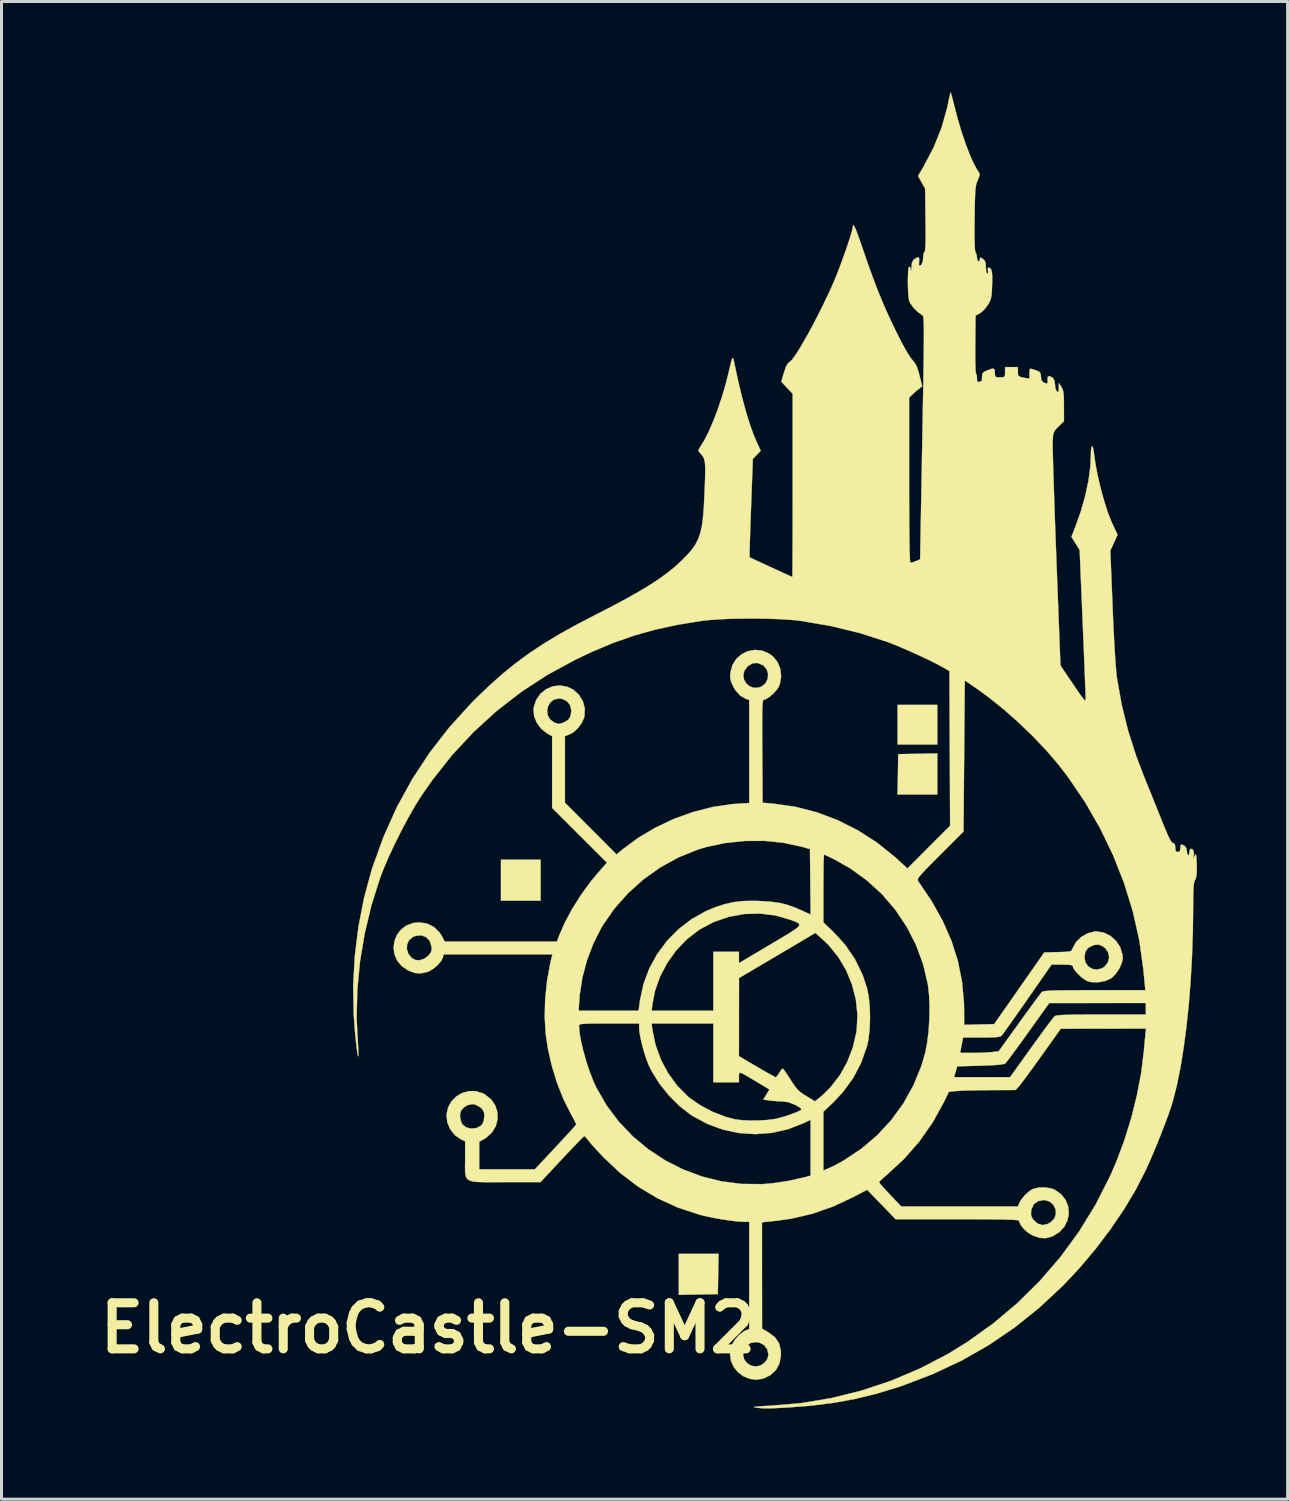
<source format=kicad_pcb>
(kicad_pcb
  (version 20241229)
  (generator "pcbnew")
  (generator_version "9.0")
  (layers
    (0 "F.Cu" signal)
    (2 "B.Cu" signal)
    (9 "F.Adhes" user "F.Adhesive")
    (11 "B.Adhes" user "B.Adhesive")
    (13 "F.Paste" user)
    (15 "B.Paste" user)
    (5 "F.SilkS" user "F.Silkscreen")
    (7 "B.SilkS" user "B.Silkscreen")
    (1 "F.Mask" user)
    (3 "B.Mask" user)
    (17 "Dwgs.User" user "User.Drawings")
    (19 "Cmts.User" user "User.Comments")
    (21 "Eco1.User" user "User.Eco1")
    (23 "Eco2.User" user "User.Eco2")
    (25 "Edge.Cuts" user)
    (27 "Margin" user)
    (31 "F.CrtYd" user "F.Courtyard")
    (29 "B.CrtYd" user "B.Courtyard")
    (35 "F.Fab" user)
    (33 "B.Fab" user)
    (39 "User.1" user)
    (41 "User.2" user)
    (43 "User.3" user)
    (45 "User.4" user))
  (footprint "ElectroCastle-SM2"
    (layer "F.Cu")
    (at 22.541 21.837)
    (property "Reference" "ElectroCastle-SM2" (at -11.43 19.05 0) (layer "F.SilkS") (effects (font (size 1.524 1.524) (thickness 0.3))))
    (attr through_hole)
    (fp_poly (pts (xy -7.705 4.911) (xy -9.017 4.911) (xy -9.017 3.556) (xy -7.705 3.556) (xy -7.705 4.911)) (stroke (width 0.01) (type solid)) (fill yes) (layer "F.SilkS"))
    (fp_poly (pts (xy 5.419 -0.254) (xy 4.106 -0.254) (xy 4.106 -1.566) (xy 5.419 -1.566) (xy 5.419 -0.254)) (stroke (width 0.01) (type solid)) (fill yes) (layer "F.SilkS"))
    (fp_poly (pts (xy -1.841 17.928) (xy -2.487 17.94) (xy -3.133 17.952) (xy -3.133 16.595) (xy -1.818 16.595) (xy -1.841 17.928)) (stroke (width 0.01) (type solid)) (fill yes) (layer "F.SilkS"))
    (fp_poly (pts (xy 5.419 1.397) (xy 4.104 1.397) (xy 4.116 0.73) (xy 4.128 0.064) (xy 5.419 0.04) (xy 5.419 1.397)) (stroke (width 0.01) (type solid)) (fill yes) (layer "F.SilkS"))
    (fp_poly (pts (xy 5.872 -21.799) (xy 5.901 -21.698) (xy 5.942 -21.546) (xy 5.986 -21.368) (xy 6.098 -20.943) (xy 6.219 -20.535) (xy 6.347 -20.155) (xy 6.475 -19.815) (xy 6.6 -19.527) (xy 6.718 -19.303) (xy 6.785 -19.201) (xy 6.818 -19.143) (xy 6.817 -19.078) (xy 6.78 -18.977) (xy 6.757 -18.926) (xy 6.729 -18.86) (xy 6.708 -18.79) (xy 6.691 -18.704) (xy 6.679 -18.591) (xy 6.67 -18.438) (xy 6.663 -18.235) (xy 6.658 -17.969) (xy 6.654 -17.658) (xy 6.65 -17.273) (xy 6.652 -16.97) (xy 6.658 -16.748) (xy 6.668 -16.606) (xy 6.683 -16.541) (xy 6.685 -16.539) (xy 6.72 -16.465) (xy 6.731 -16.377) (xy 6.745 -16.283) (xy 6.775 -16.236) (xy 6.808 -16.249) (xy 6.823 -16.299) (xy 6.839 -16.357) (xy 6.877 -16.355) (xy 6.932 -16.318) (xy 6.993 -16.257) (xy 7.021 -16.168) (xy 7.027 -16.042) (xy 7.036 -15.912) (xy 7.06 -15.841) (xy 7.074 -15.833) (xy 7.102 -15.867) (xy 7.095 -15.938) (xy 7.09 -16.024) (xy 7.128 -16.039) (xy 7.196 -15.981) (xy 7.222 -15.914) (xy 7.235 -15.782) (xy 7.236 -15.578) (xy 7.233 -15.459) (xy 7.224 -15.25) (xy 7.211 -15.102) (xy 7.189 -14.995) (xy 7.153 -14.905) (xy 7.098 -14.809) (xy 7.09 -14.796) (xy 6.993 -14.666) (xy 6.882 -14.558) (xy 6.825 -14.519) (xy 6.685 -14.445) (xy 6.676 -13.488) (xy 6.675 -13.213) (xy 6.677 -12.97) (xy 6.681 -12.768) (xy 6.687 -12.622) (xy 6.694 -12.542) (xy 6.699 -12.531) (xy 6.72 -12.493) (xy 6.731 -12.401) (xy 6.731 -12.378) (xy 6.738 -12.278) (xy 6.766 -12.245) (xy 6.798 -12.251) (xy 6.865 -12.273) (xy 6.883 -12.277) (xy 6.894 -12.314) (xy 6.9 -12.405) (xy 6.9 -12.42) (xy 6.91 -12.515) (xy 6.953 -12.574) (xy 7.051 -12.624) (xy 7.071 -12.632) (xy 7.206 -12.682) (xy 7.282 -12.691) (xy 7.316 -12.654) (xy 7.324 -12.566) (xy 7.324 -12.552) (xy 7.329 -12.457) (xy 7.36 -12.415) (xy 7.443 -12.404) (xy 7.493 -12.404) (xy 7.601 -12.408) (xy 7.65 -12.436) (xy 7.662 -12.514) (xy 7.662 -12.573) (xy 7.662 -12.742) (xy 8.086 -12.742) (xy 8.086 -12.597) (xy 8.09 -12.497) (xy 8.118 -12.441) (xy 8.191 -12.41) (xy 8.308 -12.386) (xy 8.467 -12.357) (xy 8.467 -12.532) (xy 8.471 -12.641) (xy 8.492 -12.684) (xy 8.542 -12.682) (xy 8.562 -12.676) (xy 8.711 -12.626) (xy 8.797 -12.584) (xy 8.836 -12.534) (xy 8.847 -12.46) (xy 8.848 -12.427) (xy 8.869 -12.3) (xy 8.93 -12.236) (xy 9.026 -12.196) (xy 9.069 -12.219) (xy 9.07 -12.309) (xy 9.068 -12.319) (xy 9.073 -12.417) (xy 9.124 -12.445) (xy 9.219 -12.402) (xy 9.239 -12.387) (xy 9.298 -12.29) (xy 9.313 -12.161) (xy 9.33 -12.03) (xy 9.371 -11.943) (xy 9.377 -11.938) (xy 9.418 -11.915) (xy 9.436 -11.948) (xy 9.441 -12.049) (xy 9.441 -12.213) (xy 9.525 -12.086) (xy 9.562 -12.019) (xy 9.586 -11.938) (xy 9.601 -11.825) (xy 9.608 -11.663) (xy 9.609 -11.457) (xy 9.61 -10.954) (xy 9.432 -10.779) (xy 9.337 -10.682) (xy 9.283 -10.601) (xy 9.254 -10.507) (xy 9.241 -10.369) (xy 9.237 -10.306) (xy 9.236 -10.219) (xy 9.238 -10.053) (xy 9.243 -9.817) (xy 9.251 -9.517) (xy 9.262 -9.159) (xy 9.275 -8.752) (xy 9.29 -8.301) (xy 9.307 -7.813) (xy 9.325 -7.296) (xy 9.345 -6.756) (xy 9.357 -6.438) (xy 9.494 -2.868) (xy 9.912 -2.252) (xy 10.061 -2.032) (xy 10.17 -1.875) (xy 10.245 -1.775) (xy 10.291 -1.723) (xy 10.316 -1.714) (xy 10.326 -1.74) (xy 10.328 -1.795) (xy 10.328 -1.802) (xy 10.326 -1.875) (xy 10.321 -2.024) (xy 10.312 -2.241) (xy 10.302 -2.518) (xy 10.289 -2.846) (xy 10.274 -3.217) (xy 10.257 -3.623) (xy 10.239 -4.055) (xy 10.228 -4.33) (xy 10.129 -6.691) (xy 9.858 -7.127) (xy 9.983 -7.448) (xy 10.166 -7.963) (xy 10.313 -8.479) (xy 10.42 -8.98) (xy 10.483 -9.445) (xy 10.499 -9.781) (xy 10.504 -9.967) (xy 10.519 -10.084) (xy 10.541 -10.129) (xy 10.565 -10.097) (xy 10.59 -9.986) (xy 10.602 -9.895) (xy 10.653 -9.535) (xy 10.729 -9.143) (xy 10.823 -8.739) (xy 10.931 -8.345) (xy 11.045 -7.982) (xy 11.162 -7.672) (xy 11.218 -7.546) (xy 11.383 -7.197) (xy 11.264 -6.932) (xy 11.144 -6.668) (xy 11.22 -4.784) (xy 11.24 -4.302) (xy 11.262 -3.853) (xy 11.285 -3.446) (xy 11.307 -3.09) (xy 11.329 -2.794) (xy 11.35 -2.566) (xy 11.366 -2.434) (xy 11.522 -1.564) (xy 11.728 -0.729) (xy 11.991 0.1) (xy 12.259 0.804) (xy 12.383 1.111) (xy 12.522 1.453) (xy 12.662 1.8) (xy 12.79 2.12) (xy 12.861 2.296) (xy 12.971 2.565) (xy 13.056 2.762) (xy 13.122 2.895) (xy 13.172 2.973) (xy 13.21 3.004) (xy 13.219 3.005) (xy 13.271 3.028) (xy 13.291 3.107) (xy 13.293 3.154) (xy 13.302 3.256) (xy 13.339 3.297) (xy 13.377 3.302) (xy 13.439 3.282) (xy 13.461 3.208) (xy 13.462 3.175) (xy 13.469 3.078) (xy 13.502 3.053) (xy 13.583 3.087) (xy 13.592 3.092) (xy 13.66 3.173) (xy 13.674 3.259) (xy 13.687 3.356) (xy 13.716 3.408) (xy 13.748 3.393) (xy 13.758 3.328) (xy 13.772 3.239) (xy 13.796 3.199) (xy 13.851 3.202) (xy 13.895 3.264) (xy 13.912 3.36) (xy 13.907 3.414) (xy 13.883 3.535) (xy 13.937 3.429) (xy 13.962 3.388) (xy 13.979 3.392) (xy 13.99 3.45) (xy 13.998 3.574) (xy 14.003 3.72) (xy 14.006 3.931) (xy 13.996 4.076) (xy 13.973 4.173) (xy 13.95 4.216) (xy 13.926 4.268) (xy 13.909 4.349) (xy 13.897 4.47) (xy 13.889 4.643) (xy 13.886 4.88) (xy 13.885 5.089) (xy 13.875 5.921) (xy 13.847 6.744) (xy 13.802 7.549) (xy 13.741 8.328) (xy 13.664 9.071) (xy 13.572 9.769) (xy 13.468 10.414) (xy 13.351 10.997) (xy 13.222 11.509) (xy 13.157 11.726) (xy 13.074 11.968) (xy 12.964 12.266) (xy 12.835 12.6) (xy 12.695 12.949) (xy 12.552 13.292) (xy 12.415 13.61) (xy 12.309 13.843) (xy 11.986 14.473) (xy 11.596 15.124) (xy 11.151 15.78) (xy 10.662 16.427) (xy 10.139 17.049) (xy 9.594 17.631) (xy 9.569 17.656) (xy 8.788 18.384) (xy 7.973 19.037) (xy 7.119 19.617) (xy 6.221 20.129) (xy 5.273 20.574) (xy 4.27 20.957) (xy 4.149 20.998) (xy 3.421 21.22) (xy 2.709 21.395) (xy 1.987 21.527) (xy 1.231 21.621) (xy 0.55 21.674) (xy 0.245 21.692) (xy 0.009 21.703) (xy -0.174 21.708) (xy -0.318 21.707) (xy -0.439 21.7) (xy -0.552 21.687) (xy -0.614 21.678) (xy -0.644 21.666) (xy -0.592 21.654) (xy -0.459 21.641) (xy -0.248 21.629) (xy -0.106 21.622) (xy 0.912 21.536) (xy 1.924 21.367) (xy 2.921 21.119) (xy 3.896 20.793) (xy 4.842 20.392) (xy 5.752 19.919) (xy 6.409 19.515) (xy 7.27 18.899) (xy 8.072 18.223) (xy 8.814 17.489) (xy 9.494 16.701) (xy 10.107 15.862) (xy 10.653 14.974) (xy 11.128 14.041) (xy 11.346 13.542) (xy 11.61 12.835) (xy 11.839 12.092) (xy 12.026 11.339) (xy 12.167 10.598) (xy 12.253 9.894) (xy 12.254 9.885) (xy 12.271 9.692) (xy 12.289 9.495) (xy 12.302 9.366) (xy 12.325 9.144) (xy 10.914 9.146) (xy 9.504 9.148) (xy 8.869 10.04) (xy 8.691 10.288) (xy 8.523 10.52) (xy 8.374 10.723) (xy 8.251 10.888) (xy 8.163 11.004) (xy 8.122 11.053) (xy 8.009 11.176) (xy 7.127 11.18) (xy 6.846 11.183) (xy 6.579 11.188) (xy 6.344 11.194) (xy 6.157 11.202) (xy 6.035 11.211) (xy 6.023 11.212) (xy 5.801 11.239) (xy 5.637 11.578) (xy 5.265 12.252) (xy 4.822 12.883) (xy 4.315 13.462) (xy 3.768 13.967) (xy 3.642 14.075) (xy 3.547 14.163) (xy 3.497 14.217) (xy 3.493 14.226) (xy 3.52 14.266) (xy 3.595 14.355) (xy 3.707 14.479) (xy 3.844 14.626) (xy 3.859 14.642) (xy 4.226 15.028) (xy 8.088 15.028) (xy 8.126 14.927) (xy 8.204 14.791) (xy 8.327 14.646) (xy 8.466 14.521) (xy 8.581 14.451) (xy 8.777 14.403) (xy 9 14.398) (xy 9.211 14.437) (xy 9.304 14.474) (xy 9.518 14.624) (xy 9.666 14.815) (xy 9.75 15.031) (xy 9.771 15.259) (xy 9.729 15.485) (xy 9.625 15.695) (xy 9.46 15.876) (xy 9.235 16.014) (xy 9.219 16.021) (xy 9.012 16.078) (xy 8.806 16.068) (xy 8.578 15.99) (xy 8.566 15.984) (xy 8.42 15.895) (xy 8.285 15.775) (xy 8.183 15.648) (xy 8.131 15.533) (xy 8.128 15.505) (xy 8.112 15.493) (xy 8.061 15.482) (xy 7.968 15.473) (xy 7.827 15.466) (xy 7.633 15.461) (xy 7.379 15.457) (xy 7.06 15.454) (xy 6.669 15.453) (xy 6.202 15.452) (xy 6.085 15.452) (xy 4.043 15.453) (xy 3.909 15.315) (xy 8.521 15.315) (xy 8.565 15.423) (xy 8.595 15.466) (xy 8.74 15.597) (xy 8.899 15.645) (xy 9.069 15.609) (xy 9.184 15.542) (xy 9.297 15.416) (xy 9.344 15.267) (xy 9.33 15.114) (xy 9.261 14.976) (xy 9.144 14.872) (xy 8.985 14.819) (xy 8.937 14.817) (xy 8.751 14.853) (xy 8.614 14.955) (xy 8.535 15.117) (xy 8.524 15.177) (xy 8.521 15.315) (xy 3.909 15.315) (xy 3.571 14.965) (xy 3.098 14.476) (xy 2.66 14.708) (xy 1.978 15.028) (xy 1.294 15.268) (xy 0.594 15.432) (xy 0.095 15.502) (xy -0.381 15.552) (xy -0.38 17.312) (xy -0.378 19.071) (xy -0.16 19.198) (xy 0.048 19.357) (xy 0.181 19.549) (xy 0.242 19.784) (xy 0.245 19.966) (xy 0.198 20.224) (xy 0.086 20.433) (xy -0.096 20.604) (xy -0.111 20.614) (xy -0.335 20.724) (xy -0.565 20.76) (xy -0.788 20.732) (xy -0.995 20.647) (xy -1.174 20.514) (xy -1.315 20.342) (xy -1.406 20.14) (xy -1.435 19.936) (xy -1.006 19.936) (xy -0.97 20.086) (xy -0.881 20.207) (xy -0.755 20.289) (xy -0.606 20.323) (xy -0.45 20.299) (xy -0.303 20.206) (xy -0.293 20.196) (xy -0.2 20.072) (xy -0.17 19.935) (xy -0.169 19.918) (xy -0.208 19.75) (xy -0.311 19.616) (xy -0.462 19.533) (xy -0.58 19.516) (xy -0.766 19.548) (xy -0.901 19.646) (xy -0.973 19.767) (xy -1.006 19.936) (xy -1.435 19.936) (xy -1.438 19.915) (xy -1.399 19.677) (xy -1.374 19.61) (xy -1.272 19.434) (xy -1.129 19.273) (xy -0.973 19.155) (xy -0.926 19.132) (xy -0.804 19.082) (xy -0.804 15.536) (xy -0.984 15.536) (xy -1.18 15.525) (xy -1.432 15.496) (xy -1.717 15.453) (xy -2.009 15.401) (xy -2.283 15.342) (xy -2.452 15.3) (xy -3.17 15.063) (xy -3.846 14.753) (xy -4.483 14.37) (xy -5.083 13.911) (xy -5.612 13.414) (xy -5.769 13.248) (xy -5.916 13.089) (xy -6.036 12.954) (xy -6.113 12.86) (xy -6.114 12.859) (xy -6.19 12.765) (xy -6.246 12.708) (xy -6.26 12.7) (xy -6.295 12.73) (xy -6.379 12.813) (xy -6.505 12.942) (xy -6.664 13.108) (xy -6.848 13.302) (xy -6.998 13.462) (xy -7.709 14.224) (xy -8.89 14.224) (xy -9.259 14.225) (xy -9.552 14.225) (xy -9.777 14.219) (xy -9.944 14.202) (xy -10.062 14.168) (xy -10.138 14.113) (xy -10.181 14.031) (xy -10.201 13.918) (xy -10.205 13.768) (xy -10.203 13.576) (xy -10.202 13.455) (xy -10.202 12.873) (xy -10.352 12.802) (xy -10.539 12.671) (xy -10.691 12.482) (xy -10.788 12.26) (xy -10.795 12.233) (xy -10.812 12.037) (xy -10.371 12.037) (xy -10.35 12.185) (xy -10.3 12.303) (xy -10.296 12.31) (xy -10.17 12.41) (xy -10.009 12.452) (xy -9.841 12.438) (xy -9.693 12.366) (xy -9.641 12.315) (xy -9.587 12.197) (xy -9.567 12.043) (xy -9.579 11.91) (xy -9.629 11.817) (xy -9.698 11.751) (xy -9.857 11.661) (xy -9.97 11.642) (xy -10.134 11.681) (xy -10.241 11.751) (xy -10.33 11.844) (xy -10.366 11.946) (xy -10.371 12.037) (xy -10.812 12.037) (xy -10.817 11.983) (xy -10.767 11.754) (xy -10.656 11.553) (xy -10.497 11.391) (xy -10.301 11.274) (xy -10.08 11.213) (xy -9.845 11.214) (xy -9.609 11.288) (xy -9.547 11.321) (xy -9.343 11.484) (xy -9.205 11.685) (xy -9.134 11.909) (xy -9.128 12.143) (xy -9.188 12.371) (xy -9.313 12.58) (xy -9.503 12.754) (xy -9.569 12.795) (xy -9.736 12.89) (xy -9.736 13.346) (xy -9.737 13.801) (xy -8.816 13.8) (xy -7.895 13.8) (xy -7.218 13.075) (xy -7.026 12.869) (xy -6.854 12.683) (xy -6.71 12.526) (xy -6.603 12.408) (xy -6.541 12.336) (xy -6.529 12.32) (xy -6.543 12.273) (xy -6.592 12.171) (xy -6.666 12.032) (xy -6.709 11.956) (xy -6.95 11.476) (xy -7.162 10.939) (xy -7.337 10.368) (xy -7.468 9.787) (xy -7.537 9.317) (xy -7.553 9.049) (xy -6.434 9.049) (xy -6.417 9.277) (xy -6.367 9.561) (xy -6.292 9.881) (xy -6.197 10.217) (xy -6.088 10.55) (xy -5.969 10.859) (xy -5.861 11.098) (xy -5.521 11.686) (xy -5.117 12.225) (xy -4.655 12.709) (xy -4.143 13.136) (xy -3.586 13.502) (xy -2.992 13.803) (xy -2.368 14.037) (xy -1.719 14.198) (xy -1.053 14.283) (xy -0.376 14.29) (xy -0.051 14.264) (xy 0.481 14.186) (xy 1.02 14.065) (xy 1.069 14.052) (xy 1.228 14.009) (xy 1.228 12.162) (xy 0.984 12.278) (xy 0.472 12.476) (xy -0.06 12.595) (xy -0.602 12.636) (xy -1.145 12.599) (xy -1.679 12.485) (xy -2.196 12.294) (xy -2.687 12.028) (xy -2.738 11.995) (xy -3.11 11.707) (xy -3.461 11.356) (xy -3.774 10.964) (xy -4.031 10.552) (xy -4.131 10.347) (xy -4.204 10.162) (xy -4.276 9.937) (xy -4.343 9.697) (xy -4.397 9.466) (xy -4.433 9.268) (xy -4.445 9.139) (xy -4.445 8.975) (xy -4.033 8.975) (xy -4.004 9.197) (xy -3.9 9.692) (xy -3.725 10.172) (xy -3.485 10.622) (xy -3.189 11.029) (xy -2.844 11.378) (xy -2.781 11.431) (xy -2.417 11.684) (xy -2.008 11.9) (xy -1.583 12.064) (xy -1.267 12.146) (xy -1.05 12.174) (xy -0.78 12.186) (xy -0.489 12.184) (xy -0.208 12.167) (xy 0.032 12.136) (xy 0.097 12.123) (xy 0.274 12.078) (xy 0.459 12.021) (xy 0.635 11.96) (xy 0.785 11.901) (xy 0.889 11.85) (xy 0.931 11.815) (xy 0.931 11.813) (xy 0.897 11.778) (xy 0.809 11.718) (xy 0.725 11.67) (xy 0.498 11.579) (xy 0.291 11.553) (xy 0.111 11.545) (xy -0.074 11.529) (xy -0.137 11.522) (xy -0.338 11.493) (xy -0.237 11.326) (xy -0.135 11.158) (xy -0.586 10.887) (xy -0.799 10.759) (xy -0.949 10.671) (xy -1.048 10.62) (xy -1.106 10.604) (xy -1.134 10.62) (xy -1.143 10.665) (xy -1.143 10.737) (xy -1.143 10.748) (xy -1.143 10.922) (xy -1.99 10.922) (xy -1.99 10.056) (xy -1.143 10.056) (xy -0.552 10.404) (xy -0.35 10.522) (xy -0.174 10.622) (xy -0.035 10.699) (xy 0.053 10.744) (xy 0.076 10.753) (xy 0.118 10.719) (xy 0.176 10.635) (xy 0.194 10.604) (xy 0.252 10.513) (xy 0.299 10.468) (xy 0.308 10.467) (xy 0.344 10.506) (xy 0.412 10.601) (xy 0.502 10.737) (xy 0.566 10.838) (xy 0.681 11.015) (xy 0.778 11.141) (xy 0.878 11.237) (xy 1.004 11.326) (xy 1.081 11.374) (xy 1.372 11.55) (xy 1.529 11.426) (xy 1.639 11.33) (xy 1.775 11.198) (xy 1.902 11.066) (xy 2.198 10.683) (xy 2.441 10.245) (xy 2.625 9.767) (xy 2.741 9.268) (xy 2.752 9.187) (xy 2.778 8.689) (xy 2.725 8.186) (xy 2.599 7.691) (xy 2.405 7.218) (xy 2.147 6.78) (xy 1.83 6.389) (xy 1.666 6.23) (xy 1.386 5.977) (xy 1.019 6.195) (xy 0.874 6.281) (xy 0.673 6.4) (xy 0.431 6.543) (xy 0.164 6.701) (xy -0.111 6.864) (xy -0.245 6.943) (xy -1.141 7.472) (xy -1.142 8.764) (xy -1.143 10.056) (xy -1.99 10.056) (xy -1.99 8.975) (xy -4.033 8.975) (xy -4.445 8.975) (xy -5.44 8.975) (xy -5.756 8.975) (xy -5.997 8.977) (xy -6.174 8.981) (xy -6.295 8.987) (xy -6.372 8.997) (xy -6.415 9.012) (xy -6.432 9.031) (xy -6.434 9.049) (xy -7.553 9.049) (xy -7.57 8.76) (xy -7.564 8.551) (xy -6.447 8.551) (xy -4.464 8.551) (xy -4.031 8.551) (xy -1.99 8.551) (xy -1.99 6.604) (xy -1.143 6.604) (xy -1.143 6.979) (xy -0.101 6.36) (xy 0.212 6.174) (xy 0.458 6.027) (xy 0.641 5.912) (xy 0.766 5.825) (xy 0.837 5.758) (xy 0.859 5.707) (xy 0.837 5.666) (xy 0.775 5.628) (xy 0.677 5.588) (xy 0.553 5.542) (xy 0.058 5.4) (xy -0.453 5.338) (xy -0.967 5.353) (xy -1.475 5.445) (xy -1.964 5.612) (xy -2.423 5.853) (xy -2.47 5.883) (xy -2.867 6.19) (xy -3.218 6.557) (xy -3.516 6.972) (xy -3.753 7.422) (xy -3.92 7.893) (xy -4.001 8.308) (xy -4.031 8.551) (xy -4.464 8.551) (xy -4.416 8.202) (xy -4.301 7.667) (xy -4.11 7.156) (xy -3.848 6.678) (xy -3.523 6.241) (xy -3.14 5.853) (xy -2.706 5.521) (xy -2.227 5.253) (xy -1.924 5.127) (xy -1.604 5.024) (xy -1.302 4.957) (xy -0.989 4.923) (xy -0.636 4.917) (xy -0.439 4.923) (xy -0.09 4.946) (xy 0.203 4.987) (xy 0.467 5.052) (xy 0.731 5.147) (xy 0.921 5.23) (xy 1.229 5.371) (xy 1.22 4.509) (xy 1.651 4.509) (xy 1.651 5.631) (xy 1.974 5.937) (xy 2.37 6.37) (xy 2.696 6.848) (xy 2.948 7.365) (xy 3.096 7.811) (xy 3.152 8.099) (xy 3.185 8.44) (xy 3.194 8.804) (xy 3.18 9.166) (xy 3.143 9.496) (xy 3.097 9.716) (xy 2.904 10.265) (xy 2.637 10.777) (xy 2.296 11.247) (xy 1.974 11.589) (xy 1.651 11.895) (xy 1.651 13.84) (xy 1.844 13.757) (xy 1.978 13.694) (xy 2.149 13.605) (xy 2.321 13.509) (xy 2.33 13.503) (xy 2.91 13.117) (xy 3.434 12.671) (xy 3.898 12.169) (xy 4.298 11.618) (xy 4.629 11.023) (xy 4.74 10.753) (xy 5.974 10.753) (xy 7.826 10.753) (xy 8.532 9.768) (xy 8.717 9.513) (xy 8.888 9.278) (xy 9.039 9.073) (xy 9.163 8.908) (xy 9.252 8.792) (xy 9.301 8.735) (xy 9.305 8.731) (xy 9.346 8.716) (xy 9.43 8.704) (xy 9.564 8.694) (xy 9.756 8.687) (xy 10.01 8.682) (xy 10.335 8.68) (xy 10.736 8.678) (xy 10.845 8.678) (xy 12.319 8.678) (xy 12.319 8.297) (xy 10.721 8.298) (xy 9.123 8.3) (xy 8.424 9.276) (xy 8.241 9.53) (xy 8.072 9.764) (xy 7.923 9.966) (xy 7.802 10.129) (xy 7.715 10.243) (xy 7.669 10.298) (xy 7.667 10.301) (xy 7.598 10.322) (xy 7.45 10.341) (xy 7.226 10.357) (xy 6.932 10.369) (xy 6.843 10.372) (xy 6.078 10.393) (xy 6.026 10.573) (xy 5.974 10.753) (xy 4.74 10.753) (xy 4.888 10.39) (xy 5.019 9.948) (xy 5.084 9.617) (xy 5.131 9.231) (xy 5.157 8.817) (xy 5.163 8.402) (xy 5.146 8.014) (xy 5.107 7.68) (xy 5.106 7.674) (xy 4.948 7.008) (xy 4.713 6.372) (xy 4.406 5.772) (xy 4.031 5.213) (xy 3.592 4.701) (xy 3.094 4.243) (xy 3.079 4.232) (xy 4.771 4.232) (xy 4.783 4.261) (xy 4.787 4.267) (xy 5.237 4.932) (xy 5.604 5.592) (xy 5.893 6.253) (xy 6.103 6.92) (xy 6.239 7.601) (xy 6.302 8.302) (xy 6.307 8.563) (xy 6.308 9.02) (xy 6.804 9.008) (xy 7.301 8.996) (xy 8.129 7.811) (xy 8.846 6.786) (xy 10.287 6.786) (xy 10.323 6.959) (xy 10.418 7.09) (xy 10.554 7.171) (xy 10.712 7.192) (xy 10.874 7.147) (xy 10.956 7.091) (xy 11.066 6.95) (xy 11.105 6.789) (xy 11.076 6.627) (xy 10.981 6.486) (xy 10.876 6.412) (xy 10.764 6.367) (xy 10.658 6.369) (xy 10.578 6.389) (xy 10.414 6.471) (xy 10.318 6.603) (xy 10.287 6.786) (xy 8.846 6.786) (xy 8.958 6.625) (xy 9.407 6.613) (xy 9.606 6.607) (xy 9.737 6.599) (xy 9.817 6.585) (xy 9.86 6.559) (xy 9.884 6.519) (xy 9.897 6.486) (xy 10.009 6.283) (xy 10.182 6.113) (xy 10.395 5.991) (xy 10.625 5.932) (xy 10.689 5.929) (xy 10.931 5.968) (xy 11.152 6.079) (xy 11.337 6.246) (xy 11.473 6.456) (xy 11.547 6.696) (xy 11.557 6.818) (xy 11.527 6.969) (xy 11.448 7.144) (xy 11.338 7.314) (xy 11.213 7.448) (xy 11.168 7.482) (xy 10.97 7.571) (xy 10.736 7.614) (xy 10.503 7.605) (xy 10.401 7.58) (xy 10.296 7.525) (xy 10.174 7.431) (xy 10.056 7.318) (xy 9.961 7.206) (xy 9.91 7.114) (xy 9.906 7.092) (xy 9.891 7.059) (xy 9.837 7.04) (xy 9.727 7.03) (xy 9.552 7.027) (xy 9.199 7.027) (xy 8.399 8.178) (xy 8.205 8.456) (xy 8.024 8.713) (xy 7.864 8.941) (xy 7.729 9.131) (xy 7.626 9.274) (xy 7.562 9.361) (xy 7.543 9.384) (xy 7.492 9.409) (xy 7.39 9.425) (xy 7.227 9.435) (xy 6.993 9.44) (xy 6.88 9.44) (xy 6.272 9.44) (xy 6.248 9.567) (xy 6.22 9.71) (xy 6.198 9.821) (xy 6.174 9.948) (xy 6.59 9.948) (xy 6.8 9.945) (xy 7.007 9.937) (xy 7.177 9.926) (xy 7.229 9.921) (xy 7.451 9.894) (xy 8.135 8.944) (xy 8.316 8.692) (xy 8.484 8.462) (xy 8.631 8.261) (xy 8.75 8.1) (xy 8.835 7.988) (xy 8.877 7.935) (xy 8.879 7.934) (xy 8.906 7.918) (xy 8.961 7.906) (xy 9.049 7.896) (xy 9.179 7.888) (xy 9.359 7.882) (xy 9.594 7.878) (xy 9.893 7.876) (xy 10.264 7.874) (xy 10.621 7.874) (xy 12.304 7.874) (xy 12.292 7.758) (xy 12.283 7.669) (xy 12.269 7.519) (xy 12.25 7.329) (xy 12.233 7.154) (xy 12.101 6.213) (xy 11.889 5.27) (xy 11.6 4.333) (xy 11.237 3.411) (xy 10.804 2.513) (xy 10.305 1.646) (xy 9.743 0.819) (xy 9.439 0.423) (xy 9.046 -0.038) (xy 8.598 -0.511) (xy 8.114 -0.978) (xy 7.613 -1.421) (xy 7.115 -1.821) (xy 6.71 -2.115) (xy 6.329 -2.374) (xy 6.308 0.125) (xy 6.287 2.624) (xy 5.507 3.404) (xy 5.27 3.642) (xy 5.088 3.827) (xy 4.954 3.967) (xy 4.861 4.071) (xy 4.804 4.145) (xy 4.776 4.196) (xy 4.771 4.232) (xy 3.079 4.232) (xy 2.541 3.844) (xy 2.043 3.562) (xy 1.888 3.485) (xy 1.764 3.425) (xy 1.688 3.391) (xy 1.673 3.387) (xy 1.667 3.427) (xy 1.662 3.541) (xy 1.657 3.718) (xy 1.654 3.947) (xy 1.652 4.216) (xy 1.651 4.509) (xy 1.22 4.509) (xy 1.218 4.288) (xy 1.206 3.204) (xy 0.931 3.126) (xy 0.334 2.997) (xy -0.298 2.933) (xy -0.946 2.936) (xy -1.59 3.003) (xy -2.214 3.134) (xy -2.514 3.225) (xy -3.144 3.479) (xy -3.741 3.808) (xy -4.299 4.204) (xy -4.808 4.66) (xy -5.26 5.169) (xy -5.647 5.725) (xy -5.704 5.822) (xy -5.961 6.331) (xy -6.169 6.882) (xy -6.321 7.45) (xy -6.409 8.008) (xy -6.42 8.139) (xy -6.447 8.551) (xy -7.564 8.551) (xy -7.554 8.165) (xy -7.491 7.559) (xy -7.384 6.973) (xy -7.344 6.805) (xy -7.314 6.689) (xy -10.913 6.689) (xy -10.94 6.796) (xy -11.003 6.919) (xy -11.119 7.052) (xy -11.265 7.172) (xy -11.416 7.257) (xy -11.457 7.272) (xy -11.67 7.317) (xy -11.856 7.307) (xy -12.051 7.237) (xy -12.091 7.218) (xy -12.305 7.072) (xy -12.454 6.889) (xy -12.541 6.682) (xy -12.562 6.52) (xy -12.129 6.52) (xy -12.078 6.674) (xy -11.973 6.802) (xy -11.853 6.872) (xy -11.714 6.885) (xy -11.56 6.836) (xy -11.423 6.734) (xy -11.415 6.725) (xy -11.336 6.624) (xy -11.309 6.529) (xy -11.317 6.418) (xy -11.376 6.241) (xy -11.49 6.119) (xy -11.644 6.06) (xy -11.822 6.071) (xy -11.934 6.115) (xy -12.059 6.221) (xy -12.123 6.363) (xy -12.129 6.52) (xy -12.562 6.52) (xy -12.569 6.464) (xy -12.54 6.247) (xy -12.458 6.044) (xy -12.326 5.869) (xy -12.146 5.733) (xy -11.921 5.65) (xy -11.726 5.63) (xy -11.461 5.669) (xy -11.231 5.784) (xy -11.045 5.969) (xy -10.959 6.107) (xy -10.878 6.265) (xy -9.022 6.265) (xy -7.166 6.265) (xy -7.09 6.064) (xy -6.902 5.632) (xy -6.657 5.177) (xy -6.368 4.72) (xy -6.05 4.283) (xy -5.828 4.015) (xy -5.511 3.653) (xy -6.417 2.748) (xy -7.324 1.842) (xy -7.324 0.657) (xy -7.324 -0.529) (xy -7.491 -0.624) (xy -7.686 -0.777) (xy -7.833 -0.975) (xy -7.921 -1.199) (xy -7.936 -1.37) (xy -7.489 -1.37) (xy -7.468 -1.219) (xy -7.392 -1.085) (xy -7.26 -0.987) (xy -7.239 -0.978) (xy -7.142 -0.944) (xy -7.071 -0.94) (xy -6.983 -0.967) (xy -6.924 -0.991) (xy -6.788 -1.075) (xy -6.713 -1.197) (xy -6.689 -1.374) (xy -6.689 -1.39) (xy -6.727 -1.555) (xy -6.831 -1.685) (xy -6.983 -1.763) (xy -7.097 -1.778) (xy -7.26 -1.743) (xy -7.382 -1.651) (xy -7.459 -1.521) (xy -7.489 -1.37) (xy -7.936 -1.37) (xy -7.94 -1.427) (xy -7.932 -1.487) (xy -7.849 -1.736) (xy -7.706 -1.938) (xy -7.518 -2.089) (xy -7.298 -2.181) (xy -7.061 -2.209) (xy -6.82 -2.165) (xy -6.635 -2.077) (xy -6.442 -1.907) (xy -6.309 -1.693) (xy -6.243 -1.451) (xy -6.252 -1.2) (xy -6.264 -1.147) (xy -6.343 -0.969) (xy -6.471 -0.797) (xy -6.626 -0.657) (xy -6.756 -0.586) (xy -6.9 -0.533) (xy -6.9 1.671) (xy -5.192 3.382) (xy -4.998 3.22) (xy -4.478 2.834) (xy -3.903 2.493) (xy -3.288 2.204) (xy -2.65 1.974) (xy -2.005 1.81) (xy -1.37 1.717) (xy -1.238 1.707) (xy -0.804 1.681) (xy -0.804 -1.73) (xy -0.899 -1.76) (xy -1.092 -1.865) (xy -1.257 -2.046) (xy -1.34 -2.191) (xy -1.406 -2.342) (xy -1.432 -2.467) (xy -1.43 -2.549) (xy -0.999 -2.549) (xy -0.975 -2.402) (xy -0.901 -2.274) (xy -0.786 -2.178) (xy -0.641 -2.129) (xy -0.477 -2.142) (xy -0.385 -2.178) (xy -0.261 -2.284) (xy -0.192 -2.43) (xy -0.179 -2.591) (xy -0.225 -2.744) (xy -0.328 -2.865) (xy -0.352 -2.881) (xy -0.527 -2.953) (xy -0.687 -2.944) (xy -0.842 -2.852) (xy -0.856 -2.841) (xy -0.963 -2.7) (xy -0.999 -2.549) (xy -1.43 -2.549) (xy -1.428 -2.609) (xy -1.425 -2.637) (xy -1.358 -2.885) (xy -1.229 -3.089) (xy -1.054 -3.244) (xy -0.844 -3.344) (xy -0.615 -3.385) (xy -0.379 -3.361) (xy -0.151 -3.267) (xy -0.006 -3.159) (xy 0.141 -2.972) (xy 0.229 -2.743) (xy 0.253 -2.497) (xy 0.21 -2.255) (xy 0.168 -2.157) (xy 0.089 -2.042) (xy -0.024 -1.924) (xy -0.148 -1.821) (xy -0.262 -1.752) (xy -0.324 -1.736) (xy -0.339 -1.724) (xy -0.351 -1.683) (xy -0.36 -1.606) (xy -0.367 -1.486) (xy -0.371 -1.317) (xy -0.374 -1.09) (xy -0.374 -0.8) (xy -0.373 -0.438) (xy -0.371 -0.032) (xy -0.36 1.672) (xy -0.006 1.701) (xy 0.718 1.804) (xy 1.431 1.987) (xy 2.124 2.248) (xy 2.791 2.584) (xy 3.425 2.991) (xy 4.017 3.467) (xy 4.081 3.525) (xy 4.431 3.846) (xy 5.137 3.139) (xy 5.843 2.433) (xy 5.832 -0.126) (xy 5.821 -2.685) (xy 5.567 -2.831) (xy 5.38 -2.931) (xy 5.135 -3.053) (xy 4.853 -3.187) (xy 4.555 -3.322) (xy 4.262 -3.45) (xy 3.995 -3.562) (xy 3.798 -3.638) (xy 2.886 -3.933) (xy 1.927 -4.169) (xy 0.94 -4.34) (xy 0.91 -4.344) (xy 0.603 -4.377) (xy 0.233 -4.401) (xy -0.181 -4.416) (xy -0.618 -4.423) (xy -1.06 -4.421) (xy -1.488 -4.411) (xy -1.88 -4.392) (xy -2.218 -4.365) (xy -2.371 -4.346) (xy -3.172 -4.217) (xy -3.915 -4.055) (xy -4.623 -3.856) (xy -5.319 -3.611) (xy -6.025 -3.313) (xy -6.54 -3.069) (xy -7.468 -2.566) (xy -8.341 -1.998) (xy -9.159 -1.366) (xy -9.923 -0.669) (xy -10.632 0.093) (xy -11.287 0.921) (xy -11.649 1.439) (xy -11.859 1.775) (xy -12.083 2.167) (xy -12.311 2.595) (xy -12.531 3.036) (xy -12.733 3.469) (xy -12.906 3.872) (xy -13.015 4.157) (xy -13.3 5.059) (xy -13.522 5.986) (xy -13.68 6.923) (xy -13.77 7.857) (xy -13.791 8.77) (xy -13.768 9.318) (xy -13.752 9.557) (xy -13.741 9.765) (xy -13.733 9.929) (xy -13.731 10.033) (xy -13.733 10.064) (xy -13.749 10.037) (xy -13.769 9.938) (xy -13.791 9.778) (xy -13.815 9.57) (xy -13.839 9.325) (xy -13.862 9.055) (xy -13.881 8.773) (xy -13.887 8.689) (xy -13.906 7.73) (xy -13.853 6.75) (xy -13.731 5.768) (xy -13.543 4.804) (xy -13.29 3.878) (xy -13.268 3.809) (xy -12.898 2.788) (xy -12.462 1.818) (xy -11.956 0.897) (xy -11.38 0.02) (xy -10.731 -0.816) (xy -10.008 -1.613) (xy -9.835 -1.787) (xy -9.39 -2.214) (xy -8.955 -2.6) (xy -8.517 -2.955) (xy -8.062 -3.288) (xy -7.577 -3.608) (xy -7.049 -3.925) (xy -6.465 -4.247) (xy -5.905 -4.537) (xy -5.353 -4.821) (xy -4.871 -5.079) (xy -4.453 -5.315) (xy -4.09 -5.534) (xy -3.775 -5.741) (xy -3.5 -5.941) (xy -3.258 -6.138) (xy -3.04 -6.339) (xy -3.036 -6.343) (xy -2.85 -6.532) (xy -2.7 -6.705) (xy -2.581 -6.876) (xy -2.489 -7.057) (xy -2.419 -7.259) (xy -2.368 -7.496) (xy -2.331 -7.78) (xy -2.304 -8.122) (xy -2.284 -8.535) (xy -2.282 -8.582) (xy -2.268 -8.917) (xy -2.26 -9.179) (xy -2.259 -9.379) (xy -2.264 -9.529) (xy -2.279 -9.64) (xy -2.303 -9.723) (xy -2.339 -9.79) (xy -2.387 -9.852) (xy -2.423 -9.893) (xy -2.476 -9.957) (xy -2.482 -10.007) (xy -2.441 -10.078) (xy -2.416 -10.114) (xy -2.279 -10.336) (xy -2.135 -10.626) (xy -1.987 -10.969) (xy -1.842 -11.35) (xy -1.706 -11.754) (xy -1.585 -12.165) (xy -1.503 -12.488) (xy -1.446 -12.731) (xy -1.404 -12.9) (xy -1.374 -13.001) (xy -1.352 -13.042) (xy -1.334 -13.032) (xy -1.318 -12.977) (xy -1.304 -12.912) (xy -1.181 -12.333) (xy -1.053 -11.795) (xy -0.922 -11.306) (xy -0.791 -10.875) (xy -0.662 -10.513) (xy -0.569 -10.294) (xy -0.422 -9.975) (xy -0.552 -9.84) (xy -0.683 -9.705) (xy -0.743 -8.084) (xy -0.756 -7.722) (xy -0.768 -7.388) (xy -0.778 -7.091) (xy -0.785 -6.839) (xy -0.791 -6.643) (xy -0.793 -6.512) (xy -0.793 -6.453) (xy -0.793 -6.451) (xy -0.753 -6.431) (xy -0.651 -6.383) (xy -0.502 -6.313) (xy -0.321 -6.229) (xy -0.122 -6.137) (xy 0.08 -6.044) (xy 0.27 -5.957) (xy 0.432 -5.884) (xy 0.553 -5.829) (xy 0.616 -5.802) (xy 0.623 -5.8) (xy 0.625 -5.841) (xy 0.627 -5.96) (xy 0.628 -6.151) (xy 0.63 -6.406) (xy 0.631 -6.718) (xy 0.633 -7.082) (xy 0.634 -7.491) (xy 0.634 -7.937) (xy 0.635 -8.415) (xy 0.635 -8.828) (xy 0.635 -11.857) (xy 0.447 -12.058) (xy 0.259 -12.259) (xy 0.346 -12.56) (xy 0.406 -12.738) (xy 0.464 -12.849) (xy 0.53 -12.912) (xy 0.539 -12.917) (xy 0.609 -12.982) (xy 0.709 -13.115) (xy 0.833 -13.306) (xy 0.976 -13.545) (xy 1.134 -13.823) (xy 1.301 -14.131) (xy 1.471 -14.458) (xy 1.639 -14.795) (xy 1.801 -15.132) (xy 1.951 -15.461) (xy 2.011 -15.6) (xy 2.091 -15.794) (xy 2.179 -16.022) (xy 2.271 -16.271) (xy 2.362 -16.525) (xy 2.447 -16.771) (xy 2.521 -16.993) (xy 2.578 -17.177) (xy 2.614 -17.309) (xy 2.624 -17.367) (xy 2.631 -17.43) (xy 2.652 -17.433) (xy 2.689 -17.372) (xy 2.744 -17.244) (xy 2.819 -17.043) (xy 2.915 -16.767) (xy 2.955 -16.648) (xy 3.059 -16.344) (xy 3.176 -16.013) (xy 3.296 -15.685) (xy 3.408 -15.387) (xy 3.473 -15.219) (xy 3.598 -14.915) (xy 3.737 -14.597) (xy 3.884 -14.277) (xy 4.033 -13.966) (xy 4.178 -13.677) (xy 4.314 -13.42) (xy 4.434 -13.209) (xy 4.533 -13.054) (xy 4.595 -12.976) (xy 4.676 -12.881) (xy 4.738 -12.766) (xy 4.793 -12.609) (xy 4.83 -12.469) (xy 4.921 -12.107) (xy 4.8 -12.012) (xy 4.685 -11.918) (xy 4.583 -11.824) (xy 4.487 -11.73) (xy 4.487 -8.998) (xy 4.488 -8.37) (xy 4.49 -7.826) (xy 4.493 -7.364) (xy 4.497 -6.985) (xy 4.503 -6.686) (xy 4.51 -6.468) (xy 4.518 -6.329) (xy 4.528 -6.268) (xy 4.531 -6.265) (xy 4.597 -6.281) (xy 4.7 -6.318) (xy 4.713 -6.323) (xy 4.851 -6.381) (xy 4.924 -10.398) (xy 4.936 -11.072) (xy 4.947 -11.667) (xy 4.956 -12.187) (xy 4.963 -12.638) (xy 4.968 -13.024) (xy 4.972 -13.351) (xy 4.975 -13.624) (xy 4.976 -13.847) (xy 4.975 -14.025) (xy 4.972 -14.165) (xy 4.968 -14.27) (xy 4.962 -14.346) (xy 4.955 -14.398) (xy 4.946 -14.43) (xy 4.935 -14.449) (xy 4.925 -14.457) (xy 4.767 -14.572) (xy 4.625 -14.714) (xy 4.523 -14.857) (xy 4.488 -14.937) (xy 4.47 -15.043) (xy 4.457 -15.197) (xy 4.449 -15.382) (xy 4.446 -15.576) (xy 4.449 -15.761) (xy 4.456 -15.917) (xy 4.469 -16.025) (xy 4.484 -16.064) (xy 4.518 -16.046) (xy 4.542 -15.971) (xy 4.553 -15.931) (xy 4.562 -15.973) (xy 4.566 -16.053) (xy 4.581 -16.194) (xy 4.624 -16.281) (xy 4.666 -16.317) (xy 4.764 -16.373) (xy 4.813 -16.363) (xy 4.822 -16.282) (xy 4.818 -16.235) (xy 4.813 -16.137) (xy 4.823 -16.088) (xy 4.826 -16.087) (xy 4.892 -16.125) (xy 4.937 -16.229) (xy 4.953 -16.37) (xy 4.962 -16.481) (xy 4.986 -16.546) (xy 4.998 -16.552) (xy 5.013 -16.588) (xy 5.024 -16.697) (xy 5.031 -16.882) (xy 5.033 -17.145) (xy 5.031 -17.489) (xy 5.03 -17.6) (xy 5.016 -18.648) (xy 4.899 -18.856) (xy 4.782 -19.064) (xy 4.947 -19.343) (xy 5.296 -20.004) (xy 5.563 -20.665) (xy 5.746 -21.324) (xy 5.758 -21.379) (xy 5.795 -21.561) (xy 5.828 -21.709) (xy 5.85 -21.805) (xy 5.859 -21.832) (xy 5.872 -21.799)) (stroke (width 0.01) (type solid)) (fill yes) (layer "F.SilkS")))
  (gr_rect
    (start -3 -3)
    (end 39.551 46.551)
    (stroke (width 0.1) (type default))
    (fill no)
    (layer "Edge.Cuts")))
</source>
